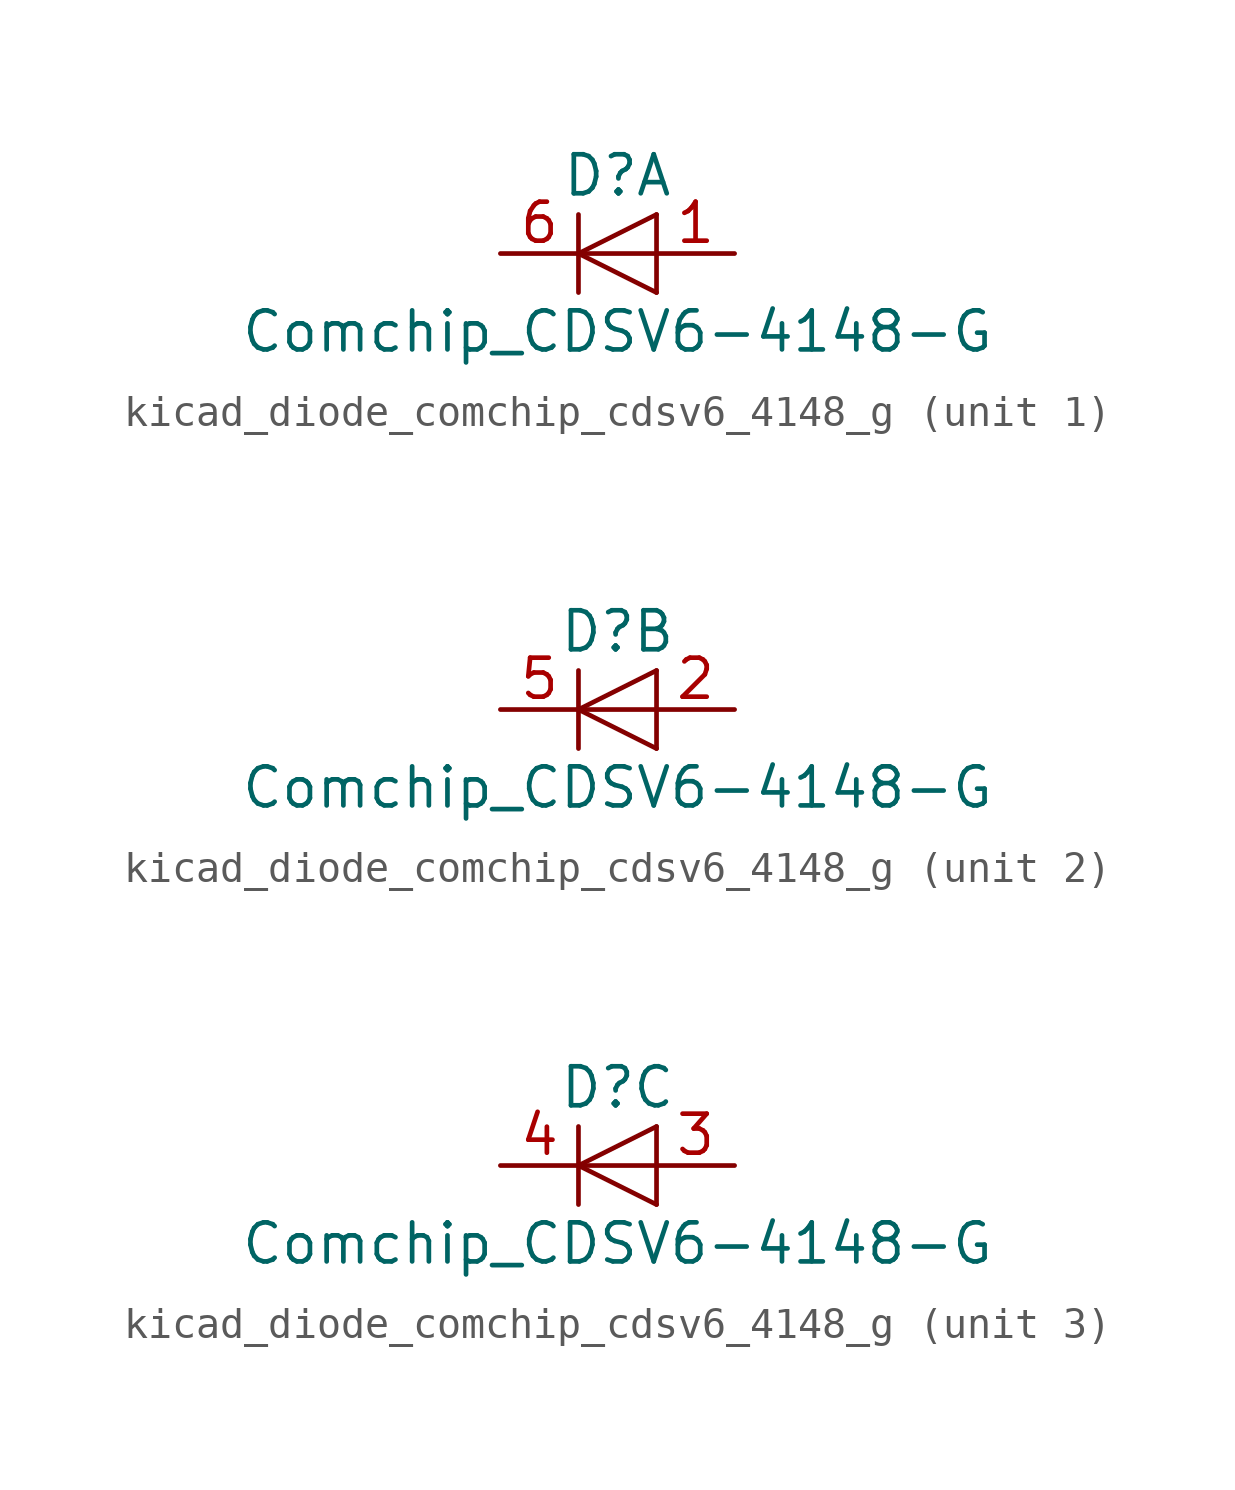
<source format=kicad_sym>
(kicad_symbol_lib
  (version 20220914)
  (generator kicad_symbol_editor)
  (symbol "kicad_diode_comchip_cdsv6_4148_g"
    (pin_names
      (offset 1.016) hide)
    (property "Reference" "D"
      (at 0 2.54 0)
      (effects (font (size 1.27 1.27))))
    (property "Value" "Comchip_CDSV6-4148-G"
      (at 0 -2.54 0)
      (effects (font (size 1.27 1.27))))
    (symbol "kicad_diode_comchip_cdsv6_4148_g_0_1"
      (polyline (pts (xy -1.27 1.27) (xy -1.27 -1.27)) (stroke (width 0.152) (type default)) (fill (type none)))
      (polyline (pts (xy 1.27 0) (xy -1.27 0)) (stroke (width 0) (type default)) (fill (type none)))
      (polyline (pts (xy 1.27 1.27) (xy 1.27 -1.27)) (stroke (width 0) (type default)) (fill (type none)))
      (polyline (pts (xy 1.27 1.27) (xy -1.27 0) (xy 1.27 -1.27)) (stroke (width 0) (type default)) (fill (type none))))
    (symbol "kicad_diode_comchip_cdsv6_4148_g_1_1"
      (pin passive line (at 3.81 0 180) (length 2.54) (name "A" (effects (font (size 1.27 1.27)))) (number "1" (effects (font (size 1.27 1.27)))))
      (pin passive line (at -3.81 0 0) (length 2.54) (name "K" (effects (font (size 1.27 1.27)))) (number "6" (effects (font (size 1.27 1.27))))))
    (symbol "kicad_diode_comchip_cdsv6_4148_g_2_1"
      (pin passive line (at 3.81 0 180) (length 2.54) (name "A" (effects (font (size 1.27 1.27)))) (number "2" (effects (font (size 1.27 1.27)))))
      (pin passive line (at -3.81 0 0) (length 2.54) (name "K" (effects (font (size 1.27 1.27)))) (number "5" (effects (font (size 1.27 1.27))))))
    (symbol "kicad_diode_comchip_cdsv6_4148_g_3_1"
      (pin passive line (at 3.81 0 180) (length 2.54) (name "A" (effects (font (size 1.27 1.27)))) (number "3" (effects (font (size 1.27 1.27)))))
      (pin passive line (at -3.81 0 0) (length 2.54) (name "K" (effects (font (size 1.27 1.27)))) (number "4" (effects (font (size 1.27 1.27))))))))
</source>
